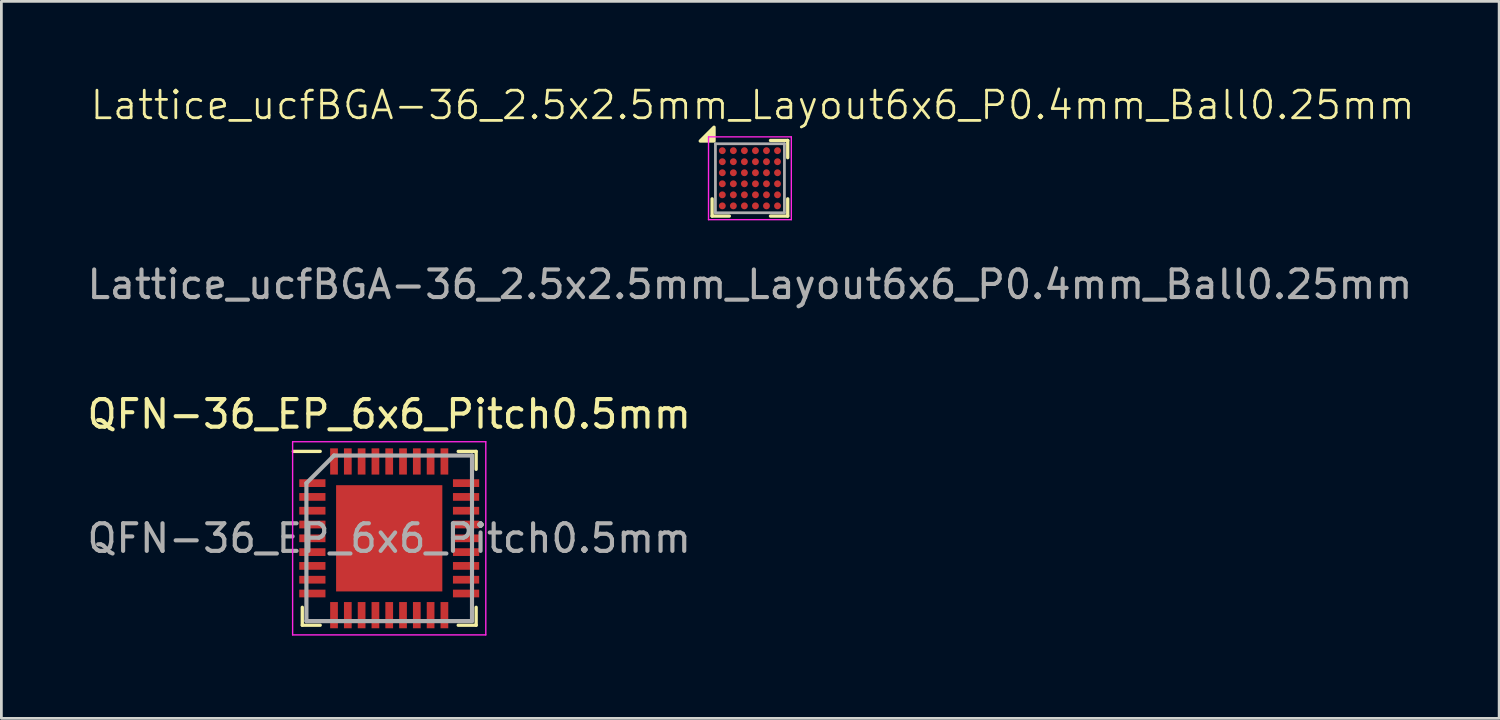
<source format=kicad_pcb>
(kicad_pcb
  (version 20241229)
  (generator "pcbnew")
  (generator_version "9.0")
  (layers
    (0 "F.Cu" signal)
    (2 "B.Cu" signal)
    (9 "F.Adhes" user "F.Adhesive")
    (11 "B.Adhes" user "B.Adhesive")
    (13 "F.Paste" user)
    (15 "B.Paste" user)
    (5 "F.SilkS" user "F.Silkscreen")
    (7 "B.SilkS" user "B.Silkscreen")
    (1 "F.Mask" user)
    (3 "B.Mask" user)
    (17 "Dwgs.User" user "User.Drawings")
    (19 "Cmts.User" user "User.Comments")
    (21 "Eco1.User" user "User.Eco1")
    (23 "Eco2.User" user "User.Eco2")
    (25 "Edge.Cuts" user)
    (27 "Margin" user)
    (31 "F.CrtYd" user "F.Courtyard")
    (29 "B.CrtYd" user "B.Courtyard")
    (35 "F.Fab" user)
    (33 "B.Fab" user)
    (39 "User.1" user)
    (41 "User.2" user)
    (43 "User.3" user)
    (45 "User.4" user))
  (footprint "Lattice_ucfBGA-36_2.5x2.5mm_Layout6x6_P0.4mm_Ball0.25mm"
    (layer "F.Cu")
    (at 24.125 3.41)
    (property "Reference" "Lattice_ucfBGA-36_2.5x2.5mm_Layout6x6_P0.4mm_Ball0.25mm" (at 0.1 -2.65 0) (unlocked yes) (layer "F.SilkS") (effects (font (size 1 1) (thickness 0.1))))
    (attr smd)
    (fp_line (start -1.37 1.37) (end -1.37 0.745) (stroke (width 0.12) (type default)) (layer "F.SilkS"))
    (fp_line (start -0.745 1.37) (end -1.37 1.37) (stroke (width 0.12) (type default)) (layer "F.SilkS"))
    (fp_line (start 0.745 -1.37) (end 1.37 -1.37) (stroke (width 0.12) (type default)) (layer "F.SilkS"))
    (fp_line (start 0.745 1.37) (end 1.37 1.37) (stroke (width 0.12) (type default)) (layer "F.SilkS"))
    (fp_line (start 1.37 -1.37) (end 1.37 -0.745) (stroke (width 0.12) (type default)) (layer "F.SilkS"))
    (fp_line (start 1.37 1.37) (end 1.37 0.745) (stroke (width 0.12) (type default)) (layer "F.SilkS"))
    (fp_poly (pts (xy -1.3 -1.35) (xy -1.8 -1.35) (xy -1.3 -1.85) (xy -1.3 -1.35)) (stroke (width 0.12) (type solid)) (fill yes) (layer "F.SilkS"))
    (fp_line (start -1.5 -1.5) (end 1.5 -1.5) (stroke (width 0.05) (type default)) (layer "F.CrtYd"))
    (fp_line (start -1.5 1.5) (end -1.5 -1.5) (stroke (width 0.05) (type default)) (layer "F.CrtYd"))
    (fp_line (start 1.5 -1.5) (end 1.5 1.5) (stroke (width 0.05) (type default)) (layer "F.CrtYd"))
    (fp_line (start 1.5 1.5) (end -1.5 1.5) (stroke (width 0.05) (type default)) (layer "F.CrtYd"))
    (fp_line (start -1.25 -1.25) (end -1.25 1.25) (stroke (width 0.1) (type default)) (layer "F.Fab"))
    (fp_line (start -1.25 1.25) (end 1.25 1.25) (stroke (width 0.1) (type default)) (layer "F.Fab"))
    (fp_line (start 1.25 -1.25) (end -1.25 -1.25) (stroke (width 0.1) (type default)) (layer "F.Fab"))
    (fp_line (start 1.25 1.25) (end 1.25 -1.25) (stroke (width 0.1) (type default)) (layer "F.Fab"))
    (fp_text user "${REFERENCE}" (at 0 3.85 0) (unlocked yes) (layer "F.Fab") (effects (font (size 1 1) (thickness 0.15))))
    (pad "A1" smd circle (at -1 -1) (size 0.25 0.25) (layers "F.Cu" "F.Mask" "F.Paste"))
    (pad "A2" smd circle (at -0.6 -1) (size 0.25 0.25) (layers "F.Cu" "F.Mask" "F.Paste"))
    (pad "A3" smd circle (at -0.2 -1) (size 0.25 0.25) (layers "F.Cu" "F.Mask" "F.Paste"))
    (pad "A4" smd circle (at 0.2 -1) (size 0.25 0.25) (layers "F.Cu" "F.Mask" "F.Paste"))
    (pad "A5" smd circle (at 0.6 -1) (size 0.25 0.25) (layers "F.Cu" "F.Mask" "F.Paste"))
    (pad "A6" smd circle (at 1 -1) (size 0.25 0.25) (layers "F.Cu" "F.Mask" "F.Paste"))
    (pad "B1" smd circle (at -1 -0.6) (size 0.25 0.25) (layers "F.Cu" "F.Mask" "F.Paste"))
    (pad "B2" smd circle (at -0.6 -0.6) (size 0.25 0.25) (layers "F.Cu" "F.Mask" "F.Paste"))
    (pad "B3" smd circle (at -0.2 -0.6) (size 0.25 0.25) (layers "F.Cu" "F.Mask" "F.Paste"))
    (pad "B4" smd circle (at 0.2 -0.6) (size 0.25 0.25) (layers "F.Cu" "F.Mask" "F.Paste"))
    (pad "B5" smd circle (at 0.6 -0.6) (size 0.25 0.25) (layers "F.Cu" "F.Mask" "F.Paste"))
    (pad "B6" smd circle (at 1 -0.6) (size 0.25 0.25) (layers "F.Cu" "F.Mask" "F.Paste"))
    (pad "C1" smd circle (at -1 -0.2) (size 0.25 0.25) (layers "F.Cu" "F.Mask" "F.Paste"))
    (pad "C2" smd circle (at -0.6 -0.2) (size 0.25 0.25) (layers "F.Cu" "F.Mask" "F.Paste"))
    (pad "C3" smd circle (at -0.2 -0.2) (size 0.25 0.25) (layers "F.Cu" "F.Mask" "F.Paste"))
    (pad "C4" smd circle (at 0.2 -0.2) (size 0.25 0.25) (layers "F.Cu" "F.Mask" "F.Paste"))
    (pad "C5" smd circle (at 0.6 -0.2) (size 0.25 0.25) (layers "F.Cu" "F.Mask" "F.Paste"))
    (pad "C6" smd circle (at 1 -0.2) (size 0.25 0.25) (layers "F.Cu" "F.Mask" "F.Paste"))
    (pad "D1" smd circle (at -1 0.2) (size 0.25 0.25) (layers "F.Cu" "F.Mask" "F.Paste"))
    (pad "D2" smd circle (at -0.6 0.2) (size 0.25 0.25) (layers "F.Cu" "F.Mask" "F.Paste"))
    (pad "D3" smd circle (at -0.2 0.2) (size 0.25 0.25) (layers "F.Cu" "F.Mask" "F.Paste"))
    (pad "D4" smd circle (at 0.2 0.2) (size 0.25 0.25) (layers "F.Cu" "F.Mask" "F.Paste"))
    (pad "D5" smd circle (at 0.6 0.2) (size 0.25 0.25) (layers "F.Cu" "F.Mask" "F.Paste"))
    (pad "D6" smd circle (at 1 0.2) (size 0.25 0.25) (layers "F.Cu" "F.Mask" "F.Paste"))
    (pad "E1" smd circle (at -1 0.6) (size 0.25 0.25) (layers "F.Cu" "F.Mask" "F.Paste"))
    (pad "E2" smd circle (at -0.6 0.6) (size 0.25 0.25) (layers "F.Cu" "F.Mask" "F.Paste"))
    (pad "E3" smd circle (at -0.2 0.6) (size 0.25 0.25) (layers "F.Cu" "F.Mask" "F.Paste"))
    (pad "E4" smd circle (at 0.2 0.6) (size 0.25 0.25) (layers "F.Cu" "F.Mask" "F.Paste"))
    (pad "E5" smd circle (at 0.6 0.6) (size 0.25 0.25) (layers "F.Cu" "F.Mask" "F.Paste"))
    (pad "E6" smd circle (at 1 0.6) (size 0.25 0.25) (layers "F.Cu" "F.Mask" "F.Paste"))
    (pad "F1" smd circle (at -1 1) (size 0.25 0.25) (layers "F.Cu" "F.Mask" "F.Paste"))
    (pad "F2" smd circle (at -0.6 1) (size 0.25 0.25) (layers "F.Cu" "F.Mask" "F.Paste"))
    (pad "F3" smd circle (at -0.2 1) (size 0.25 0.25) (layers "F.Cu" "F.Mask" "F.Paste"))
    (pad "F4" smd circle (at 0.2 1) (size 0.25 0.25) (layers "F.Cu" "F.Mask" "F.Paste"))
    (pad "F5" smd circle (at 0.6 1) (size 0.25 0.25) (layers "F.Cu" "F.Mask" "F.Paste"))
    (pad "F6" smd circle (at 1 1) (size 0.25 0.25) (layers "F.Cu" "F.Mask" "F.Paste")))
  (footprint "QFN-36_EP_6x6_Pitch0.5mm"
    (layer "F.Cu")
    (at 11.054 16.457)
    (property "Reference" "QFN-36_EP_6x6_Pitch0.5mm" (at 0 -4.5 0) (unlocked yes) (layer "F.SilkS") (effects (font (size 1 1) (thickness 0.15))))
    (attr smd)
    (fp_line (start -3.15 3.15) (end -3.15 2.5) (stroke (width 0.12) (type default)) (layer "F.SilkS"))
    (fp_line (start -2.5 -3.15) (end -3.475 -3.15) (stroke (width 0.12) (type default)) (layer "F.SilkS"))
    (fp_line (start -2.5 3.15) (end -3.15 3.15) (stroke (width 0.12) (type default)) (layer "F.SilkS"))
    (fp_line (start 2.5 -3.15) (end 3.15 -3.15) (stroke (width 0.12) (type default)) (layer "F.SilkS"))
    (fp_line (start 2.5 3.15) (end 3.15 3.15) (stroke (width 0.12) (type default)) (layer "F.SilkS"))
    (fp_line (start 3.15 -3.15) (end 3.15 -2.5) (stroke (width 0.12) (type default)) (layer "F.SilkS"))
    (fp_line (start 3.15 3.15) (end 3.15 2.5) (stroke (width 0.12) (type default)) (layer "F.SilkS"))
    (fp_line (start -3.5 -3.5) (end 3.5 -3.5) (stroke (width 0.05) (type default)) (layer "F.CrtYd"))
    (fp_line (start -3.5 3.5) (end -3.5 -3.5) (stroke (width 0.05) (type default)) (layer "F.CrtYd"))
    (fp_line (start 3.5 -3.5) (end 3.5 3.5) (stroke (width 0.05) (type default)) (layer "F.CrtYd"))
    (fp_line (start 3.5 3.5) (end -3.5 3.5) (stroke (width 0.05) (type default)) (layer "F.CrtYd"))
    (fp_line (start -3 -2) (end -3 3) (stroke (width 0.15) (type default)) (layer "F.Fab"))
    (fp_line (start -3 3) (end 3 3) (stroke (width 0.15) (type default)) (layer "F.Fab"))
    (fp_line (start -2 -3) (end -3 -2) (stroke (width 0.15) (type default)) (layer "F.Fab"))
    (fp_line (start 3 -3) (end -2 -3) (stroke (width 0.15) (type default)) (layer "F.Fab"))
    (fp_line (start 3 3) (end 3 -3) (stroke (width 0.15) (type default)) (layer "F.Fab"))
    (fp_text user "${REFERENCE}" (at 0 0 0) (layer "F.Fab") (effects (font (size 1 1) (thickness 0.15))))
    (pad "" smd rect (at -1.444 -1.444) (size 0.212 0.212) (layers "F.Paste"))
    (pad "" smd rect (at -1.444 -0.481) (size 0.212 0.212) (layers "F.Paste"))
    (pad "" smd rect (at -1.444 0.481) (size 0.212 0.212) (layers "F.Paste"))
    (pad "" smd rect (at -1.444 1.444) (size 0.212 0.212) (layers "F.Paste"))
    (pad "" smd rect (at -0.481 -1.444) (size 0.212 0.212) (layers "F.Paste"))
    (pad "" smd rect (at -0.481 -0.481) (size 0.212 0.212) (layers "F.Paste"))
    (pad "" smd rect (at -0.481 0.481) (size 0.212 0.212) (layers "F.Paste"))
    (pad "" smd rect (at -0.481 1.444) (size 0.212 0.212) (layers "F.Paste"))
    (pad "" smd rect (at 0.481 -1.444) (size 0.212 0.212) (layers "F.Paste"))
    (pad "" smd rect (at 0.481 -0.481) (size 0.212 0.212) (layers "F.Paste"))
    (pad "" smd rect (at 0.481 0.481) (size 0.212 0.212) (layers "F.Paste"))
    (pad "" smd rect (at 0.481 1.444) (size 0.212 0.212) (layers "F.Paste"))
    (pad "" smd rect (at 1.444 -1.444) (size 0.212 0.212) (layers "F.Paste"))
    (pad "" smd rect (at 1.444 -0.481) (size 0.212 0.212) (layers "F.Paste"))
    (pad "" smd rect (at 1.444 0.481) (size 0.212 0.212) (layers "F.Paste"))
    (pad "" smd rect (at 1.444 1.444) (size 0.212 0.212) (layers "F.Paste"))
    (pad "1" smd rect (at -2.785 -2 90) (size 0.28 0.95) (layers "F.Cu" "F.Mask" "F.Paste"))
    (pad "2" smd rect (at -2.785 -1.5 90) (size 0.28 0.95) (layers "F.Cu" "F.Mask" "F.Paste"))
    (pad "3" smd rect (at -2.785 -1 90) (size 0.28 0.95) (layers "F.Cu" "F.Mask" "F.Paste"))
    (pad "4" smd rect (at -2.785 -0.5 90) (size 0.28 0.95) (layers "F.Cu" "F.Mask" "F.Paste"))
    (pad "5" smd rect (at -2.785 0 90) (size 0.28 0.95) (layers "F.Cu" "F.Mask" "F.Paste"))
    (pad "6" smd rect (at -2.785 0.5 90) (size 0.28 0.95) (layers "F.Cu" "F.Mask" "F.Paste"))
    (pad "7" smd rect (at -2.785 1 90) (size 0.28 0.95) (layers "F.Cu" "F.Mask" "F.Paste"))
    (pad "8" smd rect (at -2.785 1.5 90) (size 0.28 0.95) (layers "F.Cu" "F.Mask" "F.Paste"))
    (pad "9" smd rect (at -2.785 2 90) (size 0.28 0.95) (layers "F.Cu" "F.Mask" "F.Paste"))
    (pad "10" smd rect (at -2 2.785) (size 0.28 0.95) (layers "F.Cu" "F.Mask" "F.Paste"))
    (pad "11" smd rect (at -1.5 2.785) (size 0.28 0.95) (layers "F.Cu" "F.Mask" "F.Paste"))
    (pad "12" smd rect (at -1 2.785) (size 0.28 0.95) (layers "F.Cu" "F.Mask" "F.Paste"))
    (pad "13" smd rect (at -0.5 2.785) (size 0.28 0.95) (layers "F.Cu" "F.Mask" "F.Paste"))
    (pad "14" smd rect (at 0 2.785) (size 0.28 0.95) (layers "F.Cu" "F.Mask" "F.Paste"))
    (pad "15" smd rect (at 0.5 2.785) (size 0.28 0.95) (layers "F.Cu" "F.Mask" "F.Paste"))
    (pad "16" smd rect (at 1 2.785) (size 0.28 0.95) (layers "F.Cu" "F.Mask" "F.Paste"))
    (pad "17" smd rect (at 1.5 2.785) (size 0.28 0.95) (layers "F.Cu" "F.Mask" "F.Paste"))
    (pad "18" smd rect (at 2 2.785) (size 0.28 0.95) (layers "F.Cu" "F.Mask" "F.Paste"))
    (pad "19" smd rect (at 2.785 2 90) (size 0.28 0.95) (layers "F.Cu" "F.Mask" "F.Paste"))
    (pad "20" smd rect (at 2.785 1.5 90) (size 0.28 0.95) (layers "F.Cu" "F.Mask" "F.Paste"))
    (pad "21" smd rect (at 2.785 1 90) (size 0.28 0.95) (layers "F.Cu" "F.Mask" "F.Paste"))
    (pad "22" smd rect (at 2.785 0.5 90) (size 0.28 0.95) (layers "F.Cu" "F.Mask" "F.Paste"))
    (pad "23" smd rect (at 2.785 0 90) (size 0.28 0.95) (layers "F.Cu" "F.Mask" "F.Paste"))
    (pad "24" smd rect (at 2.785 -0.5 90) (size 0.28 0.95) (layers "F.Cu" "F.Mask" "F.Paste"))
    (pad "25" smd rect (at 2.785 -1 90) (size 0.28 0.95) (layers "F.Cu" "F.Mask" "F.Paste"))
    (pad "26" smd rect (at 2.785 -1.5 90) (size 0.28 0.95) (layers "F.Cu" "F.Mask" "F.Paste"))
    (pad "27" smd rect (at 2.785 -2 90) (size 0.28 0.95) (layers "F.Cu" "F.Mask" "F.Paste"))
    (pad "28" smd rect (at 2 -2.785) (size 0.28 0.95) (layers "F.Cu" "F.Mask" "F.Paste"))
    (pad "29" smd rect (at 1.5 -2.785) (size 0.28 0.95) (layers "F.Cu" "F.Mask" "F.Paste"))
    (pad "30" smd rect (at 1 -2.785) (size 0.28 0.95) (layers "F.Cu" "F.Mask" "F.Paste"))
    (pad "31" smd rect (at 0.5 -2.785) (size 0.28 0.95) (layers "F.Cu" "F.Mask" "F.Paste"))
    (pad "32" smd rect (at 0 -2.785) (size 0.28 0.95) (layers "F.Cu" "F.Mask" "F.Paste"))
    (pad "33" smd rect (at -0.5 -2.785) (size 0.28 0.95) (layers "F.Cu" "F.Mask" "F.Paste"))
    (pad "34" smd rect (at -1 -2.785) (size 0.28 0.95) (layers "F.Cu" "F.Mask" "F.Paste"))
    (pad "35" smd rect (at -1.5 -2.785) (size 0.28 0.95) (layers "F.Cu" "F.Mask" "F.Paste"))
    (pad "36" smd rect (at -2 -2.785) (size 0.28 0.95) (layers "F.Cu" "F.Mask" "F.Paste"))
    (pad "37" smd rect (at 0 0) (size 3.85 3.85) (layers "F.Cu" "F.Mask")))
  (gr_rect
    (start -3 -3)
    (end 51.275 22.982)
    (stroke (width 0.1) (type default))
    (fill no)
    (layer "Edge.Cuts")))
</source>
